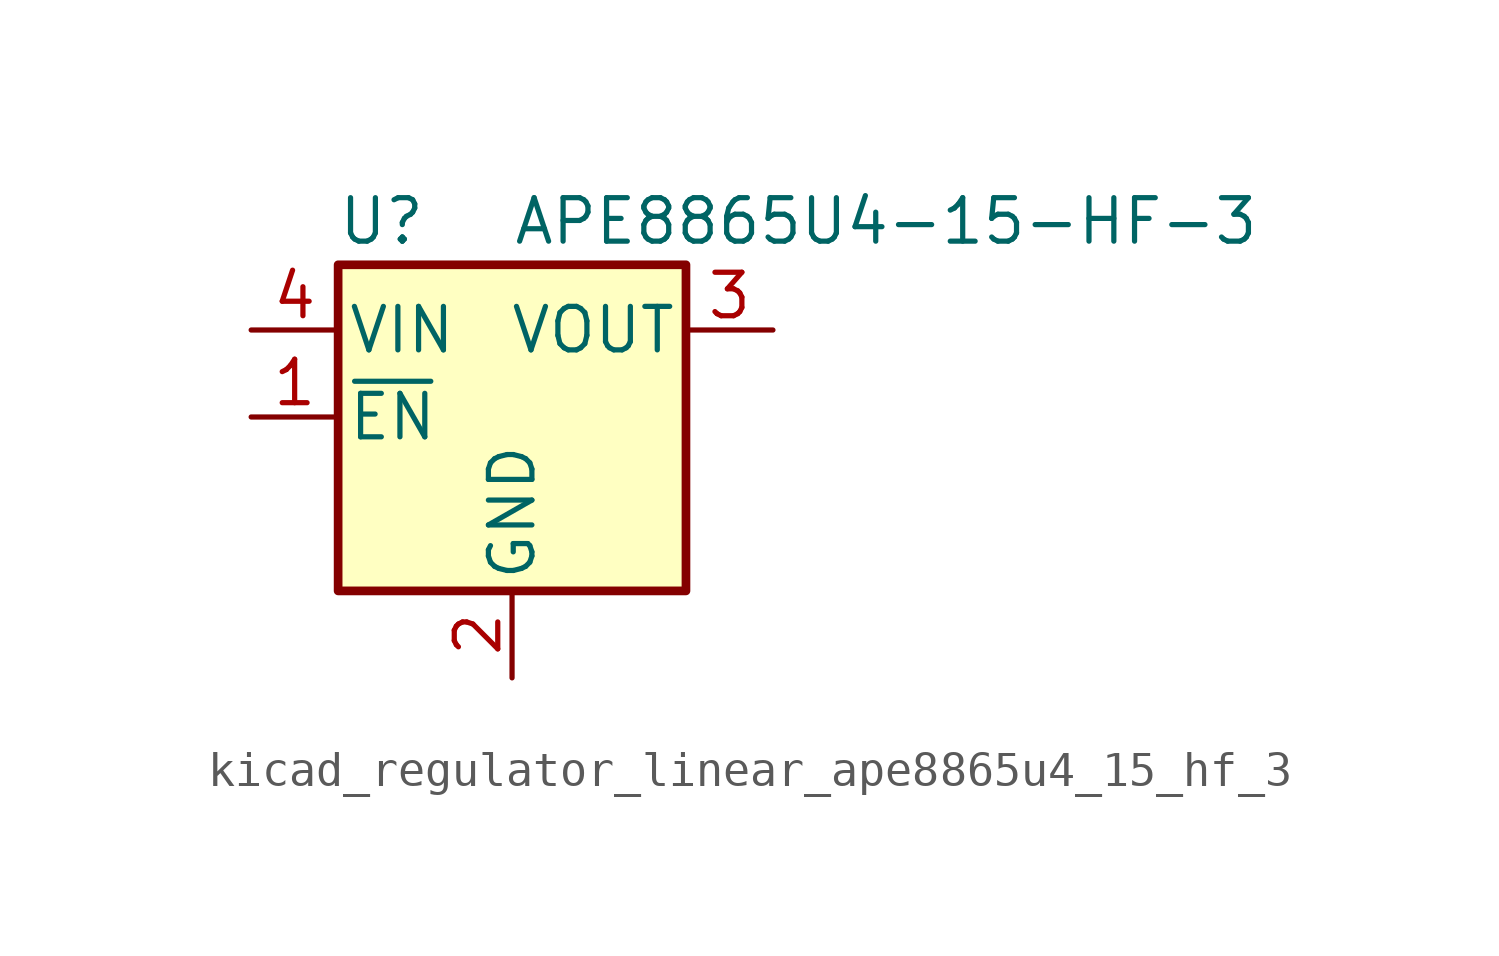
<source format=kicad_sym>
(kicad_symbol_lib
  (version 20220914)
  (generator kicad_symbol_editor)
  (symbol "kicad_regulator_linear_ape8865u4_15_hf_3"
    (pin_names
      (offset 0.254))
    (property "Reference" "U"
      (at -3.81 5.715 0)
      (effects (font (size 1.27 1.27))))
    (property "Value" "APE8865U4-15-HF-3"
      (at 0 5.715 0)
      (effects (font (size 1.27 1.27)) (justify left)))
    (symbol "kicad_regulator_linear_ape8865u4_15_hf_3_0_1"
      (rectangle (start -5.08 4.445) (end 5.08 -5.08) (stroke (width 0.254) (type default)) (fill (type background))))
    (symbol "kicad_regulator_linear_ape8865u4_15_hf_3_1_1"
      (pin input line (at -7.62 0 0) (length 2.54) (name "~{EN}" (effects (font (size 1.27 1.27)))) (number "1" (effects (font (size 1.27 1.27)))))
      (pin power_in line (at 0 -7.62 90) (length 2.54) (name "GND" (effects (font (size 1.27 1.27)))) (number "2" (effects (font (size 1.27 1.27)))))
      (pin power_out line (at 7.62 2.54 180) (length 2.54) (name "VOUT" (effects (font (size 1.27 1.27)))) (number "3" (effects (font (size 1.27 1.27)))))
      (pin power_in line (at -7.62 2.54 0) (length 2.54) (name "VIN" (effects (font (size 1.27 1.27)))) (number "4" (effects (font (size 1.27 1.27))))))))
</source>
